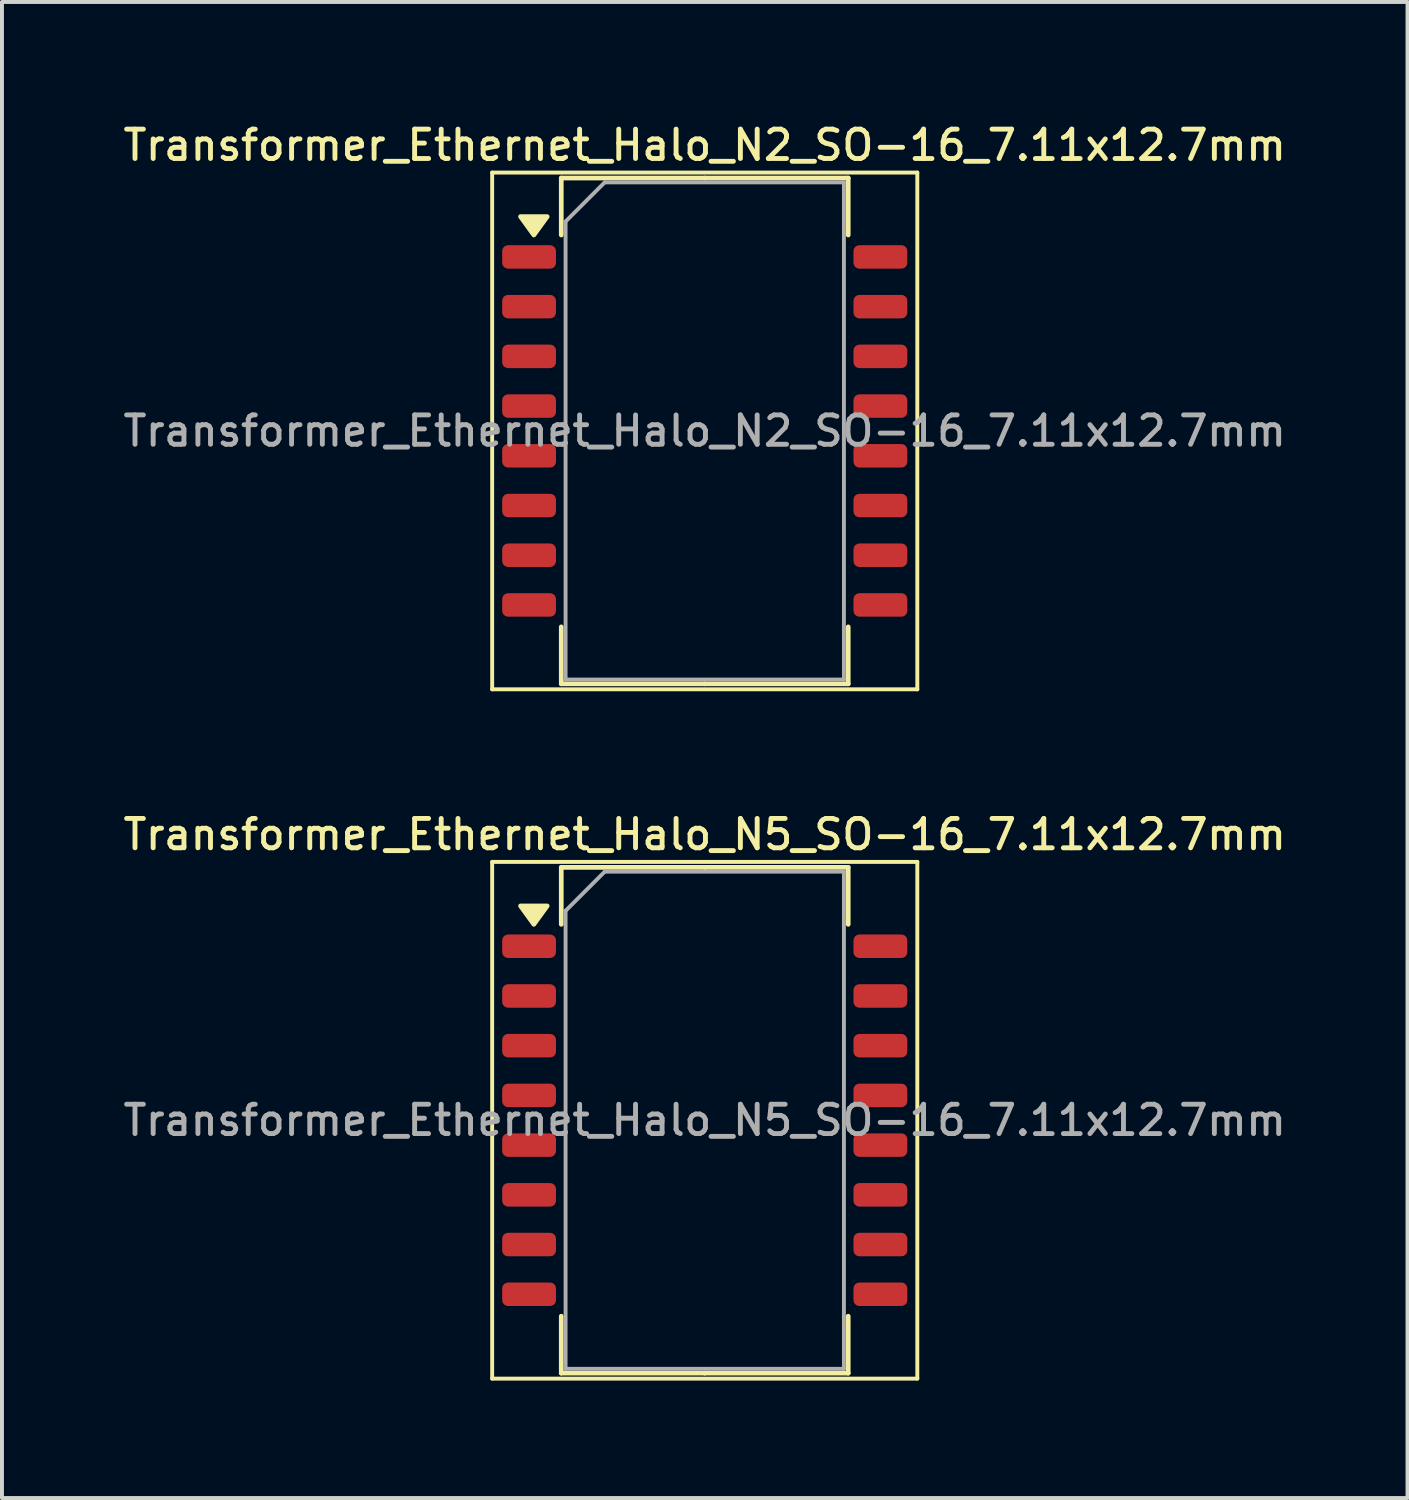
<source format=kicad_pcb>
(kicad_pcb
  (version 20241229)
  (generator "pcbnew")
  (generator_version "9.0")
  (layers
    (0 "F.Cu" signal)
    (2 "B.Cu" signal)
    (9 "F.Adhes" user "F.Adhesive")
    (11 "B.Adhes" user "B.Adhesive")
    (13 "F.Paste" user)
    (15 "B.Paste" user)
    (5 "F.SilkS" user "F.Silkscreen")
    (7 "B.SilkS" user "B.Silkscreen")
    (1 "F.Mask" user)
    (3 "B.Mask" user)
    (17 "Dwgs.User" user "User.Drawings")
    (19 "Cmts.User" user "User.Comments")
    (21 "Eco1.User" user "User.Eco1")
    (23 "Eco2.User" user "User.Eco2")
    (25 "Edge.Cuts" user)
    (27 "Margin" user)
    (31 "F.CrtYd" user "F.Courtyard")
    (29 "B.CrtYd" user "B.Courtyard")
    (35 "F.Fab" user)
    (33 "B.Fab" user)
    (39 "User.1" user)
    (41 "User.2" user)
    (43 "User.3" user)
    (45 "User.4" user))
  (footprint "Transformer_Ethernet_Halo_N5_SO-16_7.11x12.7mm"
    (layer "F.Cu")
    (at 14.952 25.566)
    (property "Reference" "Transformer_Ethernet_Halo_N5_SO-16_7.11x12.7mm" (at 0 -7.3 0) (layer "F.SilkS") (effects (font (size 0.75 0.75) (thickness 0.125))))
    (attr smd)
    (fp_line (start -5.43 -6.6) (end -5.43 6.6) (stroke (width 0.1) (type solid)) (layer "F.SilkS"))
    (fp_line (start -5.43 6.6) (end 5.43 6.6) (stroke (width 0.1) (type solid)) (layer "F.SilkS"))
    (fp_line (start -3.665 -6.46) (end -3.665 -5.005) (stroke (width 0.12) (type solid)) (layer "F.SilkS"))
    (fp_line (start -3.665 6.46) (end -3.665 5.005) (stroke (width 0.12) (type solid)) (layer "F.SilkS"))
    (fp_line (start 0 -6.46) (end -3.665 -6.46) (stroke (width 0.12) (type solid)) (layer "F.SilkS"))
    (fp_line (start 0 -6.46) (end 3.665 -6.46) (stroke (width 0.12) (type solid)) (layer "F.SilkS"))
    (fp_line (start 0 6.46) (end -3.665 6.46) (stroke (width 0.12) (type solid)) (layer "F.SilkS"))
    (fp_line (start 0 6.46) (end 3.665 6.46) (stroke (width 0.12) (type solid)) (layer "F.SilkS"))
    (fp_line (start 3.665 -6.46) (end 3.665 -5.005) (stroke (width 0.12) (type solid)) (layer "F.SilkS"))
    (fp_line (start 3.665 6.46) (end 3.665 5.005) (stroke (width 0.12) (type solid)) (layer "F.SilkS"))
    (fp_line (start 5.43 -6.6) (end -5.43 -6.6) (stroke (width 0.1) (type solid)) (layer "F.SilkS"))
    (fp_line (start 5.43 6.6) (end 5.43 -6.6) (stroke (width 0.1) (type solid)) (layer "F.SilkS"))
    (fp_poly (pts (xy -4.365 -5.005) (xy -4.705 -5.475) (xy -4.025 -5.475) (xy -4.365 -5.005)) (stroke (width 0.12) (type solid)) (fill yes) (layer "F.SilkS"))
    (fp_line (start -3.555 -5.35) (end -2.555 -6.35) (stroke (width 0.1) (type solid)) (layer "F.Fab"))
    (fp_line (start -3.555 6.35) (end -3.555 -5.35) (stroke (width 0.1) (type solid)) (layer "F.Fab"))
    (fp_line (start -2.555 -6.35) (end 3.555 -6.35) (stroke (width 0.1) (type solid)) (layer "F.Fab"))
    (fp_line (start 3.555 -6.35) (end 3.555 6.35) (stroke (width 0.1) (type solid)) (layer "F.Fab"))
    (fp_line (start 3.555 6.35) (end -3.555 6.35) (stroke (width 0.1) (type solid)) (layer "F.Fab"))
    (fp_text user "${REFERENCE}" (at 0 0 0) (layer "F.Fab") (effects (font (size 0.75 0.75) (thickness 0.125))))
    (pad "1" smd roundrect (at -4.487 -4.445) (size 1.375 0.6) (layers "F.Cu" "F.Mask" "F.Paste") (roundrect_rratio 0.25))
    (pad "2" smd roundrect (at -4.487 -3.175) (size 1.375 0.6) (layers "F.Cu" "F.Mask" "F.Paste") (roundrect_rratio 0.25))
    (pad "3" smd roundrect (at -4.487 -1.905) (size 1.375 0.6) (layers "F.Cu" "F.Mask" "F.Paste") (roundrect_rratio 0.25))
    (pad "4" smd roundrect (at -4.487 -0.635) (size 1.375 0.6) (layers "F.Cu" "F.Mask" "F.Paste") (roundrect_rratio 0.25))
    (pad "5" smd roundrect (at -4.487 0.635) (size 1.375 0.6) (layers "F.Cu" "F.Mask" "F.Paste") (roundrect_rratio 0.25))
    (pad "6" smd roundrect (at -4.487 1.905) (size 1.375 0.6) (layers "F.Cu" "F.Mask" "F.Paste") (roundrect_rratio 0.25))
    (pad "7" smd roundrect (at -4.487 3.175) (size 1.375 0.6) (layers "F.Cu" "F.Mask" "F.Paste") (roundrect_rratio 0.25))
    (pad "8" smd roundrect (at -4.487 4.445) (size 1.375 0.6) (layers "F.Cu" "F.Mask" "F.Paste") (roundrect_rratio 0.25))
    (pad "9" smd roundrect (at 4.487 4.445) (size 1.375 0.6) (layers "F.Cu" "F.Mask" "F.Paste") (roundrect_rratio 0.25))
    (pad "10" smd roundrect (at 4.487 3.175) (size 1.375 0.6) (layers "F.Cu" "F.Mask" "F.Paste") (roundrect_rratio 0.25))
    (pad "11" smd roundrect (at 4.487 1.905) (size 1.375 0.6) (layers "F.Cu" "F.Mask" "F.Paste") (roundrect_rratio 0.25))
    (pad "12" smd roundrect (at 4.487 0.635) (size 1.375 0.6) (layers "F.Cu" "F.Mask" "F.Paste") (roundrect_rratio 0.25))
    (pad "13" smd roundrect (at 4.487 -0.635) (size 1.375 0.6) (layers "F.Cu" "F.Mask" "F.Paste") (roundrect_rratio 0.25))
    (pad "14" smd roundrect (at 4.487 -1.905) (size 1.375 0.6) (layers "F.Cu" "F.Mask" "F.Paste") (roundrect_rratio 0.25))
    (pad "15" smd roundrect (at 4.487 -3.175) (size 1.375 0.6) (layers "F.Cu" "F.Mask" "F.Paste") (roundrect_rratio 0.25))
    (pad "16" smd roundrect (at 4.487 -4.445) (size 1.375 0.6) (layers "F.Cu" "F.Mask" "F.Paste") (roundrect_rratio 0.25)))
  (footprint "Transformer_Ethernet_Halo_N2_SO-16_7.11x12.7mm"
    (layer "F.Cu")
    (at 14.952 7.958)
    (property "Reference" "Transformer_Ethernet_Halo_N2_SO-16_7.11x12.7mm" (at 0 -7.3 0) (layer "F.SilkS") (effects (font (size 0.75 0.75) (thickness 0.125))))
    (attr smd)
    (fp_line (start -5.43 -6.6) (end -5.43 6.6) (stroke (width 0.1) (type solid)) (layer "F.SilkS"))
    (fp_line (start -5.43 6.6) (end 5.43 6.6) (stroke (width 0.1) (type solid)) (layer "F.SilkS"))
    (fp_line (start -3.665 -6.46) (end -3.665 -5.005) (stroke (width 0.12) (type solid)) (layer "F.SilkS"))
    (fp_line (start -3.665 6.46) (end -3.665 5.005) (stroke (width 0.12) (type solid)) (layer "F.SilkS"))
    (fp_line (start 0 -6.46) (end -3.665 -6.46) (stroke (width 0.12) (type solid)) (layer "F.SilkS"))
    (fp_line (start 0 -6.46) (end 3.665 -6.46) (stroke (width 0.12) (type solid)) (layer "F.SilkS"))
    (fp_line (start 0 6.46) (end -3.665 6.46) (stroke (width 0.12) (type solid)) (layer "F.SilkS"))
    (fp_line (start 0 6.46) (end 3.665 6.46) (stroke (width 0.12) (type solid)) (layer "F.SilkS"))
    (fp_line (start 3.665 -6.46) (end 3.665 -5.005) (stroke (width 0.12) (type solid)) (layer "F.SilkS"))
    (fp_line (start 3.665 6.46) (end 3.665 5.005) (stroke (width 0.12) (type solid)) (layer "F.SilkS"))
    (fp_line (start 5.43 -6.6) (end -5.43 -6.6) (stroke (width 0.1) (type solid)) (layer "F.SilkS"))
    (fp_line (start 5.43 6.6) (end 5.43 -6.6) (stroke (width 0.1) (type solid)) (layer "F.SilkS"))
    (fp_poly (pts (xy -4.365 -5.005) (xy -4.705 -5.475) (xy -4.025 -5.475) (xy -4.365 -5.005)) (stroke (width 0.12) (type solid)) (fill yes) (layer "F.SilkS"))
    (fp_line (start -3.555 -5.35) (end -2.555 -6.35) (stroke (width 0.1) (type solid)) (layer "F.Fab"))
    (fp_line (start -3.555 6.35) (end -3.555 -5.35) (stroke (width 0.1) (type solid)) (layer "F.Fab"))
    (fp_line (start -2.555 -6.35) (end 3.555 -6.35) (stroke (width 0.1) (type solid)) (layer "F.Fab"))
    (fp_line (start 3.555 -6.35) (end 3.555 6.35) (stroke (width 0.1) (type solid)) (layer "F.Fab"))
    (fp_line (start 3.555 6.35) (end -3.555 6.35) (stroke (width 0.1) (type solid)) (layer "F.Fab"))
    (fp_text user "${REFERENCE}" (at 0 0 0) (layer "F.Fab") (effects (font (size 0.75 0.75) (thickness 0.125))))
    (pad "1" smd roundrect (at -4.487 -4.445) (size 1.375 0.6) (layers "F.Cu" "F.Mask" "F.Paste") (roundrect_rratio 0.25))
    (pad "2" smd roundrect (at -4.487 -3.175) (size 1.375 0.6) (layers "F.Cu" "F.Mask" "F.Paste") (roundrect_rratio 0.25))
    (pad "3" smd roundrect (at -4.487 -1.905) (size 1.375 0.6) (layers "F.Cu" "F.Mask" "F.Paste") (roundrect_rratio 0.25))
    (pad "4" smd roundrect (at -4.487 -0.635) (size 1.375 0.6) (layers "F.Cu" "F.Mask" "F.Paste") (roundrect_rratio 0.25))
    (pad "5" smd roundrect (at -4.487 0.635) (size 1.375 0.6) (layers "F.Cu" "F.Mask" "F.Paste") (roundrect_rratio 0.25))
    (pad "6" smd roundrect (at -4.487 1.905) (size 1.375 0.6) (layers "F.Cu" "F.Mask" "F.Paste") (roundrect_rratio 0.25))
    (pad "7" smd roundrect (at -4.487 3.175) (size 1.375 0.6) (layers "F.Cu" "F.Mask" "F.Paste") (roundrect_rratio 0.25))
    (pad "8" smd roundrect (at -4.487 4.445) (size 1.375 0.6) (layers "F.Cu" "F.Mask" "F.Paste") (roundrect_rratio 0.25))
    (pad "9" smd roundrect (at 4.487 4.445) (size 1.375 0.6) (layers "F.Cu" "F.Mask" "F.Paste") (roundrect_rratio 0.25))
    (pad "10" smd roundrect (at 4.487 3.175) (size 1.375 0.6) (layers "F.Cu" "F.Mask" "F.Paste") (roundrect_rratio 0.25))
    (pad "11" smd roundrect (at 4.487 1.905) (size 1.375 0.6) (layers "F.Cu" "F.Mask" "F.Paste") (roundrect_rratio 0.25))
    (pad "12" smd roundrect (at 4.487 0.635) (size 1.375 0.6) (layers "F.Cu" "F.Mask" "F.Paste") (roundrect_rratio 0.25))
    (pad "13" smd roundrect (at 4.487 -0.635) (size 1.375 0.6) (layers "F.Cu" "F.Mask" "F.Paste") (roundrect_rratio 0.25))
    (pad "14" smd roundrect (at 4.487 -1.905) (size 1.375 0.6) (layers "F.Cu" "F.Mask" "F.Paste") (roundrect_rratio 0.25))
    (pad "15" smd roundrect (at 4.487 -3.175) (size 1.375 0.6) (layers "F.Cu" "F.Mask" "F.Paste") (roundrect_rratio 0.25))
    (pad "16" smd roundrect (at 4.487 -4.445) (size 1.375 0.6) (layers "F.Cu" "F.Mask" "F.Paste") (roundrect_rratio 0.25)))
  (gr_rect
    (start -3 -3)
    (end 32.904 35.216)
    (stroke (width 0.1) (type default))
    (fill no)
    (layer "Edge.Cuts")))
</source>
